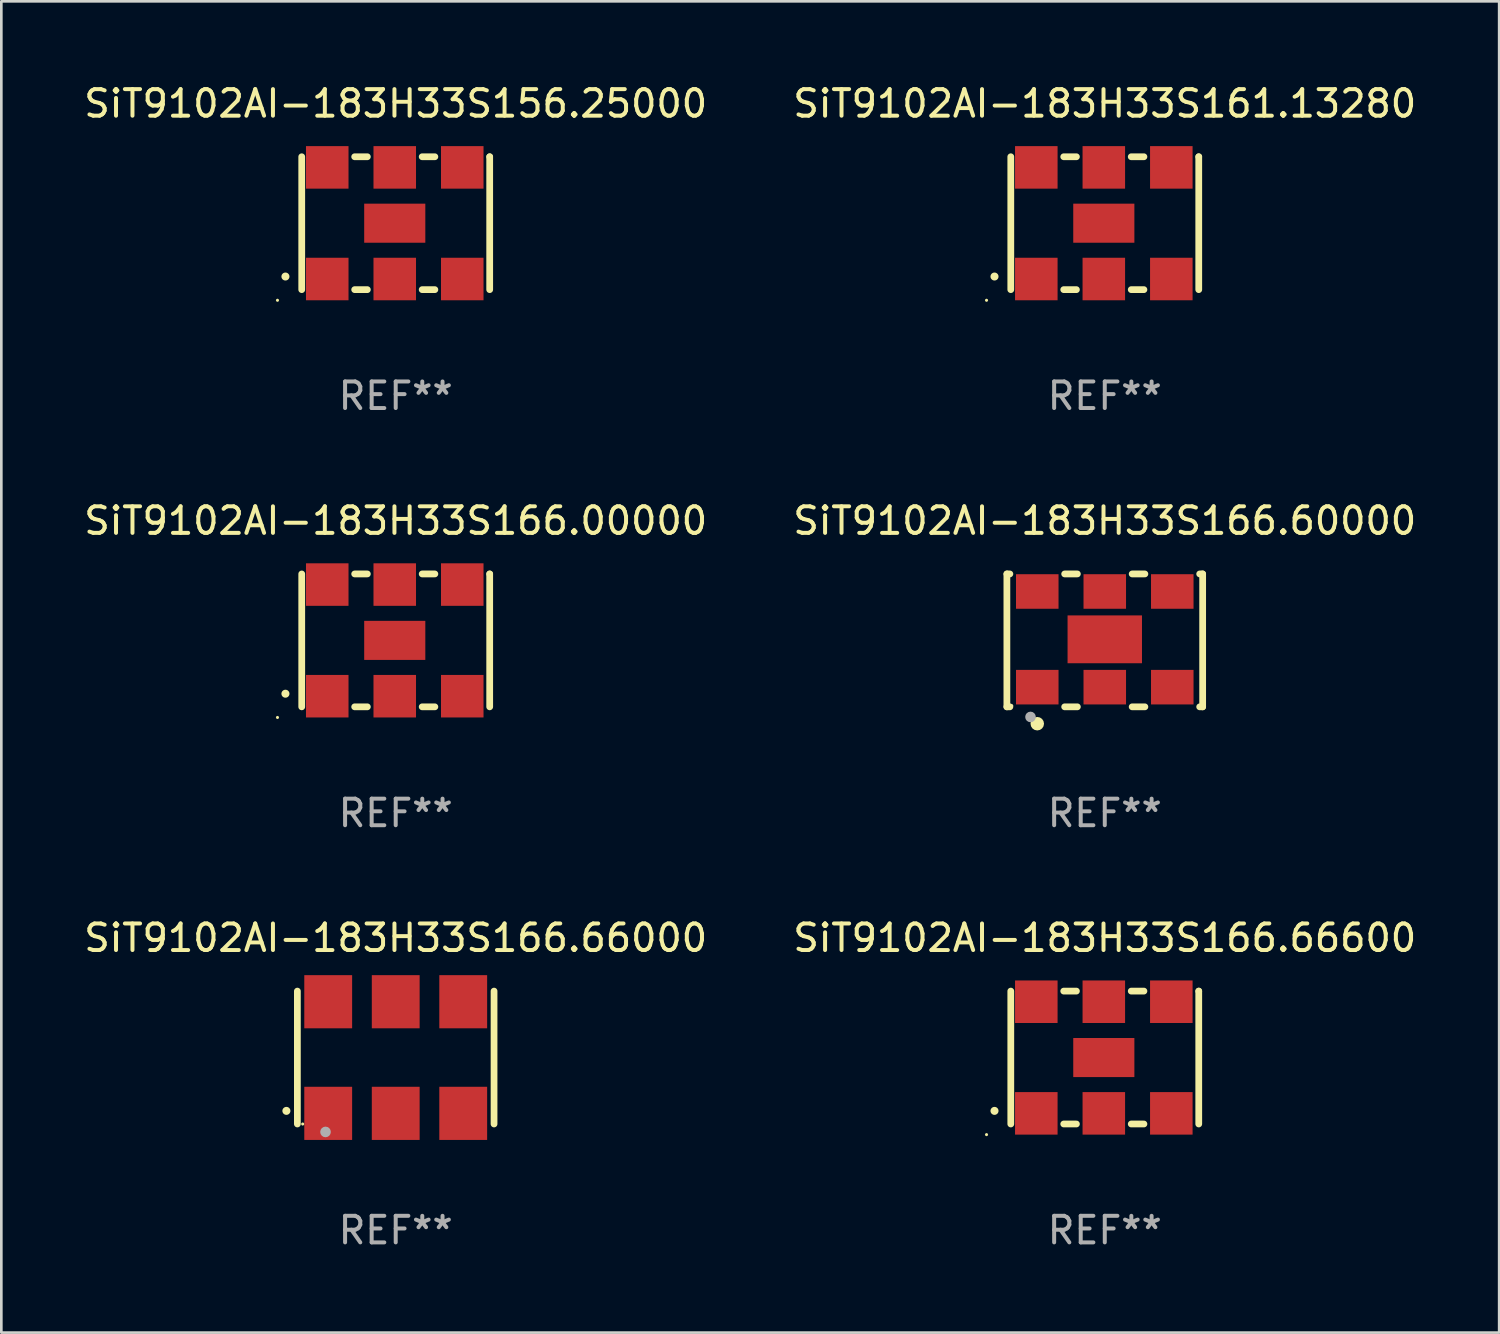
<source format=kicad_pcb>
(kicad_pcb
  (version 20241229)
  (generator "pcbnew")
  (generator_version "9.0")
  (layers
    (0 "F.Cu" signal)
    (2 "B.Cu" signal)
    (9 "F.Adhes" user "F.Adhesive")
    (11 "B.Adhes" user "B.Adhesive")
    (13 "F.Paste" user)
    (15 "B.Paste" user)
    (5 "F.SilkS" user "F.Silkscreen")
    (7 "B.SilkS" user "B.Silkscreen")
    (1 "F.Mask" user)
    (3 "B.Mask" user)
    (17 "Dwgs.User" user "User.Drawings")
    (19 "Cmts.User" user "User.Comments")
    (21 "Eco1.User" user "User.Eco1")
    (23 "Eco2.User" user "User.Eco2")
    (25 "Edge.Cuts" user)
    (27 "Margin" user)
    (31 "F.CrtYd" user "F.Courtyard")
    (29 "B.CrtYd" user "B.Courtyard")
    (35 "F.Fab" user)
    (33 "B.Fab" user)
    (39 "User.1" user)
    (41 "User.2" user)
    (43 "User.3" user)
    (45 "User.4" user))
  (footprint "SiT9102AI-183H33S166.66600"
    (layer "F.Cu")
    (at 38.518 36.741)
    (property "Reference" "SiT9102AI-183H33S166.66600" (at 0 -4.5 0) (layer "F.SilkS") (effects (font (size 1 1) (thickness 0.15))))
    (attr through_hole)
    (fp_line (start -3.536 -2.5) (end -3.536 2.5) (stroke (width 0.254) (type solid)) (layer "F.SilkS"))
    (fp_line (start -1.544 2.5) (end -1.067 2.5) (stroke (width 0.254) (type solid)) (layer "F.SilkS"))
    (fp_line (start -1.067 -2.5) (end -1.544 -2.5) (stroke (width 0.254) (type solid)) (layer "F.SilkS"))
    (fp_line (start 0.996 2.5) (end 1.473 2.5) (stroke (width 0.254) (type solid)) (layer "F.SilkS"))
    (fp_line (start 1.473 -2.5) (end 0.996 -2.5) (stroke (width 0.254) (type solid)) (layer "F.SilkS"))
    (fp_line (start 3.536 -2.5) (end 3.536 -2.5) (stroke (width 0.254) (type solid)) (layer "F.SilkS"))
    (fp_line (start 3.536 2.5) (end 3.536 -2.5) (stroke (width 0.254) (type solid)) (layer "F.SilkS"))
    (fp_arc (start -4.150432 2.006604) (mid -4.149162 2.006599) (end -4.147892 2.006604) (stroke (width 0.3) (type solid)) (layer "F.SilkS"))
    (fp_circle (center -4.449 2.9) (end -4.419 2.9) (stroke (width 0.06) (type solid)) (fill no) (layer "F.SilkS"))
    (fp_text user "REF**" (at 0 6.5 0) (layer "F.Fab") (effects (font (size 1 1) (thickness 0.15))))
    (pad "1" smd rect (at -2.576 2.1) (size 1.6 1.6) (layers "F.Cu" "F.Mask" "F.Paste"))
    (pad "2" smd rect (at -0.036 2.1) (size 1.6 1.6) (layers "F.Cu" "F.Mask" "F.Paste"))
    (pad "3" smd rect (at 2.504 2.1) (size 1.6 1.6) (layers "F.Cu" "F.Mask" "F.Paste"))
    (pad "4" smd rect (at 2.504 -2.1) (size 1.6 1.6) (layers "F.Cu" "F.Mask" "F.Paste"))
    (pad "5" smd rect (at -0.036 -2.1) (size 1.6 1.6) (layers "F.Cu" "F.Mask" "F.Paste"))
    (pad "6" smd rect (at -2.576 -2.1) (size 1.6 1.6) (layers "F.Cu" "F.Mask" "F.Paste"))
    (pad "7" smd rect (at -0.036 0) (size 2.3 1.47) (layers "F.Cu" "F.Mask" "F.Paste")))
  (footprint "SiT9102AI-183H33S161.13280"
    (layer "F.Cu")
    (at 38.518 5.348)
    (property "Reference" "SiT9102AI-183H33S161.13280" (at 0 -4.5 0) (layer "F.SilkS") (effects (font (size 1 1) (thickness 0.15))))
    (attr through_hole)
    (fp_line (start -3.536 -2.5) (end -3.536 2.5) (stroke (width 0.254) (type solid)) (layer "F.SilkS"))
    (fp_line (start -1.544 2.5) (end -1.067 2.5) (stroke (width 0.254) (type solid)) (layer "F.SilkS"))
    (fp_line (start -1.067 -2.5) (end -1.544 -2.5) (stroke (width 0.254) (type solid)) (layer "F.SilkS"))
    (fp_line (start 0.996 2.5) (end 1.473 2.5) (stroke (width 0.254) (type solid)) (layer "F.SilkS"))
    (fp_line (start 1.473 -2.5) (end 0.996 -2.5) (stroke (width 0.254) (type solid)) (layer "F.SilkS"))
    (fp_line (start 3.536 -2.5) (end 3.536 -2.5) (stroke (width 0.254) (type solid)) (layer "F.SilkS"))
    (fp_line (start 3.536 2.5) (end 3.536 -2.5) (stroke (width 0.254) (type solid)) (layer "F.SilkS"))
    (fp_arc (start -4.150432 2.006604) (mid -4.149162 2.006599) (end -4.147892 2.006604) (stroke (width 0.3) (type solid)) (layer "F.SilkS"))
    (fp_circle (center -4.449 2.9) (end -4.419 2.9) (stroke (width 0.06) (type solid)) (fill no) (layer "F.SilkS"))
    (fp_text user "REF**" (at 0 6.5 0) (layer "F.Fab") (effects (font (size 1 1) (thickness 0.15))))
    (pad "1" smd rect (at -2.576 2.1) (size 1.6 1.6) (layers "F.Cu" "F.Mask" "F.Paste"))
    (pad "2" smd rect (at -0.036 2.1) (size 1.6 1.6) (layers "F.Cu" "F.Mask" "F.Paste"))
    (pad "3" smd rect (at 2.504 2.1) (size 1.6 1.6) (layers "F.Cu" "F.Mask" "F.Paste"))
    (pad "4" smd rect (at 2.504 -2.1) (size 1.6 1.6) (layers "F.Cu" "F.Mask" "F.Paste"))
    (pad "5" smd rect (at -0.036 -2.1) (size 1.6 1.6) (layers "F.Cu" "F.Mask" "F.Paste"))
    (pad "6" smd rect (at -2.576 -2.1) (size 1.6 1.6) (layers "F.Cu" "F.Mask" "F.Paste"))
    (pad "7" smd rect (at -0.036 0) (size 2.3 1.47) (layers "F.Cu" "F.Mask" "F.Paste")))
  (footprint "SiT9102AI-183H33S166.00000"
    (layer "F.Cu")
    (at 11.839 21.045)
    (property "Reference" "SiT9102AI-183H33S166.00000" (at 0 -4.5 0) (layer "F.SilkS") (effects (font (size 1 1) (thickness 0.15))))
    (attr through_hole)
    (fp_line (start -3.536 -2.5) (end -3.536 2.5) (stroke (width 0.254) (type solid)) (layer "F.SilkS"))
    (fp_line (start -1.544 2.5) (end -1.067 2.5) (stroke (width 0.254) (type solid)) (layer "F.SilkS"))
    (fp_line (start -1.067 -2.5) (end -1.544 -2.5) (stroke (width 0.254) (type solid)) (layer "F.SilkS"))
    (fp_line (start 0.996 2.5) (end 1.473 2.5) (stroke (width 0.254) (type solid)) (layer "F.SilkS"))
    (fp_line (start 1.473 -2.5) (end 0.996 -2.5) (stroke (width 0.254) (type solid)) (layer "F.SilkS"))
    (fp_line (start 3.536 -2.5) (end 3.536 -2.5) (stroke (width 0.254) (type solid)) (layer "F.SilkS"))
    (fp_line (start 3.536 2.5) (end 3.536 -2.5) (stroke (width 0.254) (type solid)) (layer "F.SilkS"))
    (fp_arc (start -4.150432 2.006604) (mid -4.149162 2.006599) (end -4.147892 2.006604) (stroke (width 0.3) (type solid)) (layer "F.SilkS"))
    (fp_circle (center -4.449 2.9) (end -4.419 2.9) (stroke (width 0.06) (type solid)) (fill no) (layer "F.SilkS"))
    (fp_text user "REF**" (at 0 6.5 0) (layer "F.Fab") (effects (font (size 1 1) (thickness 0.15))))
    (pad "1" smd rect (at -2.576 2.1) (size 1.6 1.6) (layers "F.Cu" "F.Mask" "F.Paste"))
    (pad "2" smd rect (at -0.036 2.1) (size 1.6 1.6) (layers "F.Cu" "F.Mask" "F.Paste"))
    (pad "3" smd rect (at 2.504 2.1) (size 1.6 1.6) (layers "F.Cu" "F.Mask" "F.Paste"))
    (pad "4" smd rect (at 2.504 -2.1) (size 1.6 1.6) (layers "F.Cu" "F.Mask" "F.Paste"))
    (pad "5" smd rect (at -0.036 -2.1) (size 1.6 1.6) (layers "F.Cu" "F.Mask" "F.Paste"))
    (pad "6" smd rect (at -2.576 -2.1) (size 1.6 1.6) (layers "F.Cu" "F.Mask" "F.Paste"))
    (pad "7" smd rect (at -0.036 0) (size 2.3 1.47) (layers "F.Cu" "F.Mask" "F.Paste")))
  (footprint "SiT9102AI-183H33S166.66000"
    (layer "F.Cu")
    (at 11.839 36.741)
    (property "Reference" "SiT9102AI-183H33S166.66000" (at 0 -4.5 0) (layer "F.SilkS") (effects (font (size 1 1) (thickness 0.15))))
    (attr through_hole)
    (fp_line (start -3.7 -2.5) (end -3.7 2.5) (stroke (width 0.254) (type solid)) (layer "F.SilkS"))
    (fp_line (start 3.7 -2.5) (end 3.7 2.5) (stroke (width 0.254) (type solid)) (layer "F.SilkS"))
    (fp_arc (start -4.114415 2.006604) (mid -4.113145 2.006599) (end -4.111875 2.006604) (stroke (width 0.3) (type solid)) (layer "F.SilkS"))
    (fp_circle (center -3.5 2.501) (end -3.47 2.501) (stroke (width 0.06) (type solid)) (fill no) (layer "F.SilkS"))
    (fp_circle (center -2.641 2.799) (end -2.541 2.799) (stroke (width 0.2) (type solid)) (fill no) (layer "F.Fab"))
    (fp_text user "REF**" (at 0 6.5 0) (layer "F.Fab") (effects (font (size 1 1) (thickness 0.15))))
    (pad "1" smd rect (at -2.54 2.1) (size 1.8 2) (layers "F.Cu" "F.Mask" "F.Paste"))
    (pad "2" smd rect (at 0.000394 2.1) (size 1.8 2) (layers "F.Cu" "F.Mask" "F.Paste"))
    (pad "3" smd rect (at 2.54 2.1) (size 1.8 2) (layers "F.Cu" "F.Mask" "F.Paste"))
    (pad "4" smd rect (at 2.54 -2.1) (size 1.8 2) (layers "F.Cu" "F.Mask" "F.Paste"))
    (pad "5" smd rect (at 0.000394 -2.1) (size 1.8 2) (layers "F.Cu" "F.Mask" "F.Paste"))
    (pad "6" smd rect (at -2.54 -2.1) (size 1.8 2) (layers "F.Cu" "F.Mask" "F.Paste")))
  (footprint "SiT9102AI-183H33S166.60000"
    (layer "F.Cu")
    (at 38.518 21.045)
    (property "Reference" "SiT9102AI-183H33S166.60000" (at 0 -4.5 0) (layer "F.SilkS") (effects (font (size 1 1) (thickness 0.15))))
    (attr through_hole)
    (fp_line (start -3.683 -2.5) (end -3.571 -2.5) (stroke (width 0.254) (type solid)) (layer "F.SilkS"))
    (fp_line (start -3.683 2.5) (end -3.683 -2.5) (stroke (width 0.254) (type solid)) (layer "F.SilkS"))
    (fp_line (start -3.683 2.5) (end -3.571 2.5) (stroke (width 0.254) (type solid)) (layer "F.SilkS"))
    (fp_line (start -1.509 -2.5) (end -1.031 -2.5) (stroke (width 0.254) (type solid)) (layer "F.SilkS"))
    (fp_line (start -1.509 2.5) (end -1.031 2.5) (stroke (width 0.254) (type solid)) (layer "F.SilkS"))
    (fp_line (start 1.031 -2.5) (end 1.509 -2.5) (stroke (width 0.254) (type solid)) (layer "F.SilkS"))
    (fp_line (start 1.031 2.5) (end 1.509 2.5) (stroke (width 0.254) (type solid)) (layer "F.SilkS"))
    (fp_line (start 3.571 -2.5) (end 3.683 -2.5) (stroke (width 0.254) (type solid)) (layer "F.SilkS"))
    (fp_line (start 3.571 2.5) (end 3.683 2.5) (stroke (width 0.254) (type solid)) (layer "F.SilkS"))
    (fp_line (start 3.683 2.5) (end 3.683 -2.5) (stroke (width 0.254) (type solid)) (layer "F.SilkS"))
    (fp_circle (center -3.5 2.46) (end -3.47 2.46) (stroke (width 0.06) (type solid)) (fill no) (layer "F.SilkS"))
    (fp_circle (center -2.54 3.135) (end -2.413 3.135) (stroke (width 0.254) (type solid)) (fill no) (layer "F.SilkS"))
    (fp_circle (center -2.794 2.881) (end -2.694 2.881) (stroke (width 0.2) (type solid)) (fill no) (layer "F.Fab"))
    (fp_text user "REF**" (at 0 6.5 0) (layer "F.Fab") (effects (font (size 1 1) (thickness 0.15))))
    (pad "1" smd rect (at -2.54 1.76) (size 1.6 1.3) (layers "F.Cu" "F.Mask" "F.Paste"))
    (pad "2" smd rect (at 0 1.76) (size 1.6 1.3) (layers "F.Cu" "F.Mask" "F.Paste"))
    (pad "3" smd rect (at 2.54 1.76) (size 1.6 1.3) (layers "F.Cu" "F.Mask" "F.Paste"))
    (pad "4" smd rect (at 2.54 -1.84) (size 1.6 1.3) (layers "F.Cu" "F.Mask" "F.Paste"))
    (pad "5" smd rect (at 0 -1.84) (size 1.6 1.3) (layers "F.Cu" "F.Mask" "F.Paste"))
    (pad "6" smd rect (at -2.54 -1.84) (size 1.6 1.3) (layers "F.Cu" "F.Mask" "F.Paste"))
    (pad "7" smd rect (at 0 -0.04) (size 2.8 1.8) (layers "F.Cu" "F.Mask" "F.Paste")))
  (footprint "SiT9102AI-183H33S156.25000"
    (layer "F.Cu")
    (at 11.839 5.348)
    (property "Reference" "SiT9102AI-183H33S156.25000" (at 0 -4.5 0) (layer "F.SilkS") (effects (font (size 1 1) (thickness 0.15))))
    (attr through_hole)
    (fp_line (start -3.536 -2.5) (end -3.536 2.5) (stroke (width 0.254) (type solid)) (layer "F.SilkS"))
    (fp_line (start -1.544 2.5) (end -1.067 2.5) (stroke (width 0.254) (type solid)) (layer "F.SilkS"))
    (fp_line (start -1.067 -2.5) (end -1.544 -2.5) (stroke (width 0.254) (type solid)) (layer "F.SilkS"))
    (fp_line (start 0.996 2.5) (end 1.473 2.5) (stroke (width 0.254) (type solid)) (layer "F.SilkS"))
    (fp_line (start 1.473 -2.5) (end 0.996 -2.5) (stroke (width 0.254) (type solid)) (layer "F.SilkS"))
    (fp_line (start 3.536 -2.5) (end 3.536 -2.5) (stroke (width 0.254) (type solid)) (layer "F.SilkS"))
    (fp_line (start 3.536 2.5) (end 3.536 -2.5) (stroke (width 0.254) (type solid)) (layer "F.SilkS"))
    (fp_arc (start -4.150432 2.006604) (mid -4.149162 2.006599) (end -4.147892 2.006604) (stroke (width 0.3) (type solid)) (layer "F.SilkS"))
    (fp_circle (center -4.449 2.9) (end -4.419 2.9) (stroke (width 0.06) (type solid)) (fill no) (layer "F.SilkS"))
    (fp_text user "REF**" (at 0 6.5 0) (layer "F.Fab") (effects (font (size 1 1) (thickness 0.15))))
    (pad "1" smd rect (at -2.576 2.1) (size 1.6 1.6) (layers "F.Cu" "F.Mask" "F.Paste"))
    (pad "2" smd rect (at -0.036 2.1) (size 1.6 1.6) (layers "F.Cu" "F.Mask" "F.Paste"))
    (pad "3" smd rect (at 2.504 2.1) (size 1.6 1.6) (layers "F.Cu" "F.Mask" "F.Paste"))
    (pad "4" smd rect (at 2.504 -2.1) (size 1.6 1.6) (layers "F.Cu" "F.Mask" "F.Paste"))
    (pad "5" smd rect (at -0.036 -2.1) (size 1.6 1.6) (layers "F.Cu" "F.Mask" "F.Paste"))
    (pad "6" smd rect (at -2.576 -2.1) (size 1.6 1.6) (layers "F.Cu" "F.Mask" "F.Paste"))
    (pad "7" smd rect (at -0.036 0) (size 2.3 1.47) (layers "F.Cu" "F.Mask" "F.Paste")))
  (gr_rect
    (start -3 -3)
    (end 53.357 47.09)
    (stroke (width 0.1) (type default))
    (fill no)
    (layer "Edge.Cuts")))
</source>
